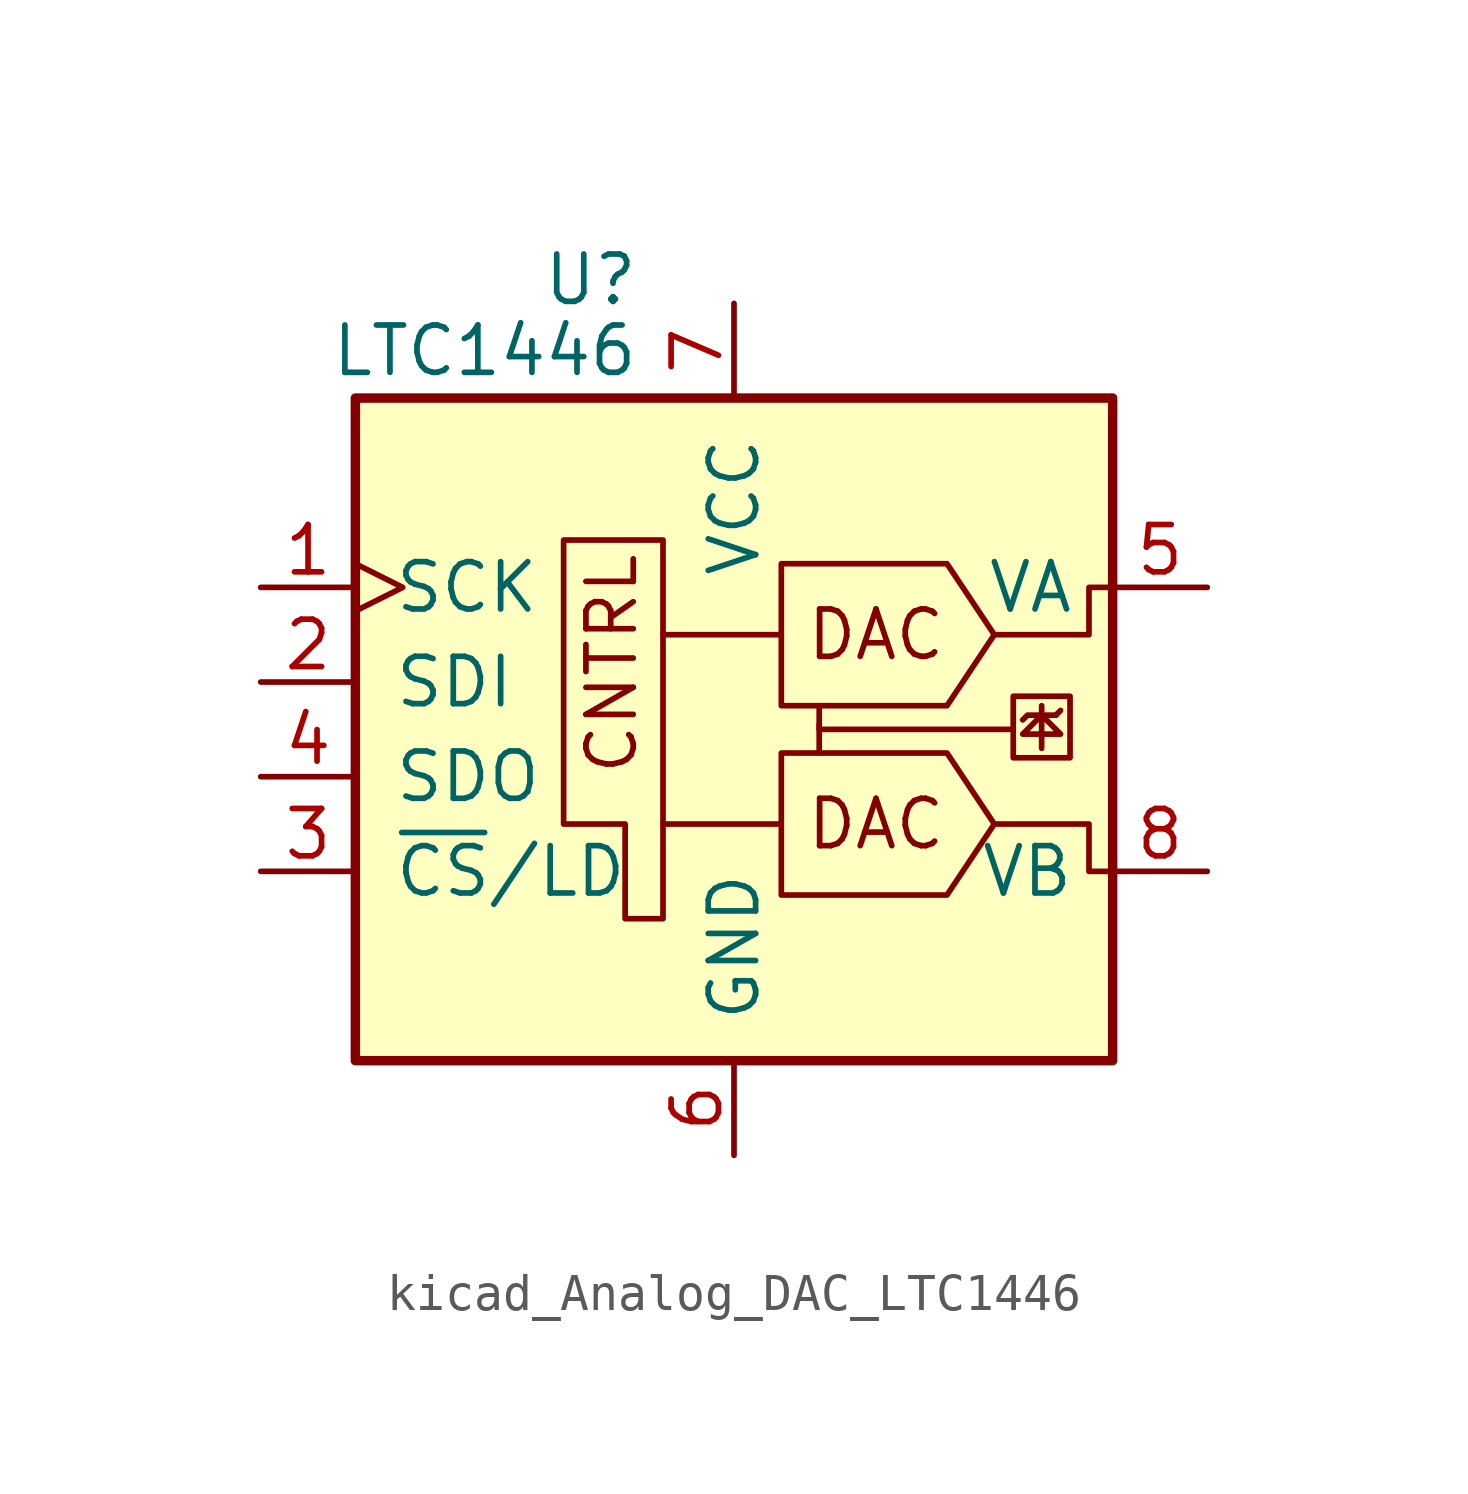
<source format=kicad_sym>
(kicad_symbol_lib
  (version 20220914)
  (generator kicad_symbol_editor)
  (symbol "kicad_Analog_DAC_LTC1446"
    (pin_names
      (offset 1.016))
    (property "Reference" "U"
      (at -2.54 10.795 0)
      (effects (font (size 1.27 1.27)) (justify right)))
    (property "Value" "LTC1446"
      (at -2.54 8.89 0)
      (effects (font (size 1.27 1.27)) (justify right)))
    (symbol "kicad_Analog_DAC_LTC1446_0_0"
      (polyline (pts (xy 2.286 -1.143) (xy 2.286 -1.905)) (stroke (width 0) (type default)) (fill (type none)))
      (polyline (pts (xy 8.255 -1.778) (xy 8.255 -0.635)) (stroke (width 0) (type default)) (fill (type none)))
      (polyline (pts (xy 8.636 -0.889) (xy 8.763 -0.762)) (stroke (width 0) (type default)) (fill (type none)))
      (polyline (pts (xy 7.493 -1.27) (xy 2.286 -1.27) (xy 2.286 -0.635)) (stroke (width 0) (type default)) (fill (type none)))
      (polyline (pts (xy 8.636 -0.889) (xy 7.874 -0.889) (xy 7.747 -1.016)) (stroke (width 0) (type default)) (fill (type none)))
      (polyline (pts (xy 6.985 -3.81) (xy 9.525 -3.81) (xy 9.525 -5.08) (xy 10.16 -5.08)) (stroke (width 0) (type default)) (fill (type none)))
      (polyline (pts (xy 6.985 1.27) (xy 9.525 1.27) (xy 9.525 2.54) (xy 10.16 2.54)) (stroke (width 0) (type default)) (fill (type none)))
      (polyline (pts (xy 8.255 -0.889) (xy 8.763 -1.397) (xy 7.747 -1.397) (xy 8.255 -0.889)) (stroke (width 0) (type default)) (fill (type none)))
      (rectangle (start 9.017 -0.381) (end 7.493 -2.032) (stroke (width 0) (type default)) (fill (type none)))
      (text "CNTRL" (at -2.54 -2.54 900) (effects (font (size 1.27 1.27)) (justify left bottom)))
      (text "DAC" (at 3.81 -3.81 0) (effects (font (size 1.27 1.27))))
      (text "DAC" (at 3.81 1.27 0) (effects (font (size 1.27 1.27)))))
    (symbol "kicad_Analog_DAC_LTC1446_0_1"
      (rectangle (start -10.16 7.62) (end 10.16 -10.16) (stroke (width 0.254) (type default)) (fill (type background)))
      (polyline (pts (xy 1.27 -3.81) (xy -1.905 -3.81)) (stroke (width 0) (type default)) (fill (type none)))
      (polyline (pts (xy 1.27 1.27) (xy -1.905 1.27)) (stroke (width 0) (type default)) (fill (type none)))
      (polyline (pts (xy 6.985 -3.81) (xy 5.715 -1.905) (xy 1.27 -1.905) (xy 1.27 -5.715) (xy 5.715 -5.715) (xy 6.985 -3.81)) (stroke (width 0) (type default)) (fill (type none)))
      (polyline (pts (xy 6.985 1.27) (xy 5.715 3.175) (xy 1.27 3.175) (xy 1.27 -0.635) (xy 5.715 -0.635) (xy 6.985 1.27)) (stroke (width 0) (type default)) (fill (type none)))
      (polyline (pts (xy -1.905 3.81) (xy -4.572 3.81) (xy -4.572 -3.81) (xy -2.921 -3.81) (xy -2.921 -6.35) (xy -1.905 -6.35) (xy -1.905 3.81)) (stroke (width 0) (type default)) (fill (type none))))
    (symbol "kicad_Analog_DAC_LTC1446_1_1"
      (pin input clock (at -12.7 2.54 0) (length 2.54) (name "SCK" (effects (font (size 1.27 1.27)))) (number "1" (effects (font (size 1.27 1.27)))))
      (pin input line (at -12.7 0 0) (length 2.54) (name "SDI" (effects (font (size 1.27 1.27)))) (number "2" (effects (font (size 1.27 1.27)))))
      (pin input line (at -12.7 -5.08 0) (length 2.54) (name "~{CS}/LD" (effects (font (size 1.27 1.27)))) (number "3" (effects (font (size 1.27 1.27)))))
      (pin output line (at -12.7 -2.54 0) (length 2.54) (name "SDO" (effects (font (size 1.27 1.27)))) (number "4" (effects (font (size 1.27 1.27)))))
      (pin output line (at 12.7 2.54 180) (length 2.54) (name "VA" (effects (font (size 1.27 1.27)))) (number "5" (effects (font (size 1.27 1.27)))))
      (pin power_in line (at 0 -12.7 90) (length 2.54) (name "GND" (effects (font (size 1.27 1.27)))) (number "6" (effects (font (size 1.27 1.27)))))
      (pin power_in line (at 0 10.16 270) (length 2.54) (name "VCC" (effects (font (size 1.27 1.27)))) (number "7" (effects (font (size 1.27 1.27)))))
      (pin output line (at 12.7 -5.08 180) (length 2.54) (name "VB" (effects (font (size 1.27 1.27)))) (number "8" (effects (font (size 1.27 1.27))))))))
</source>
